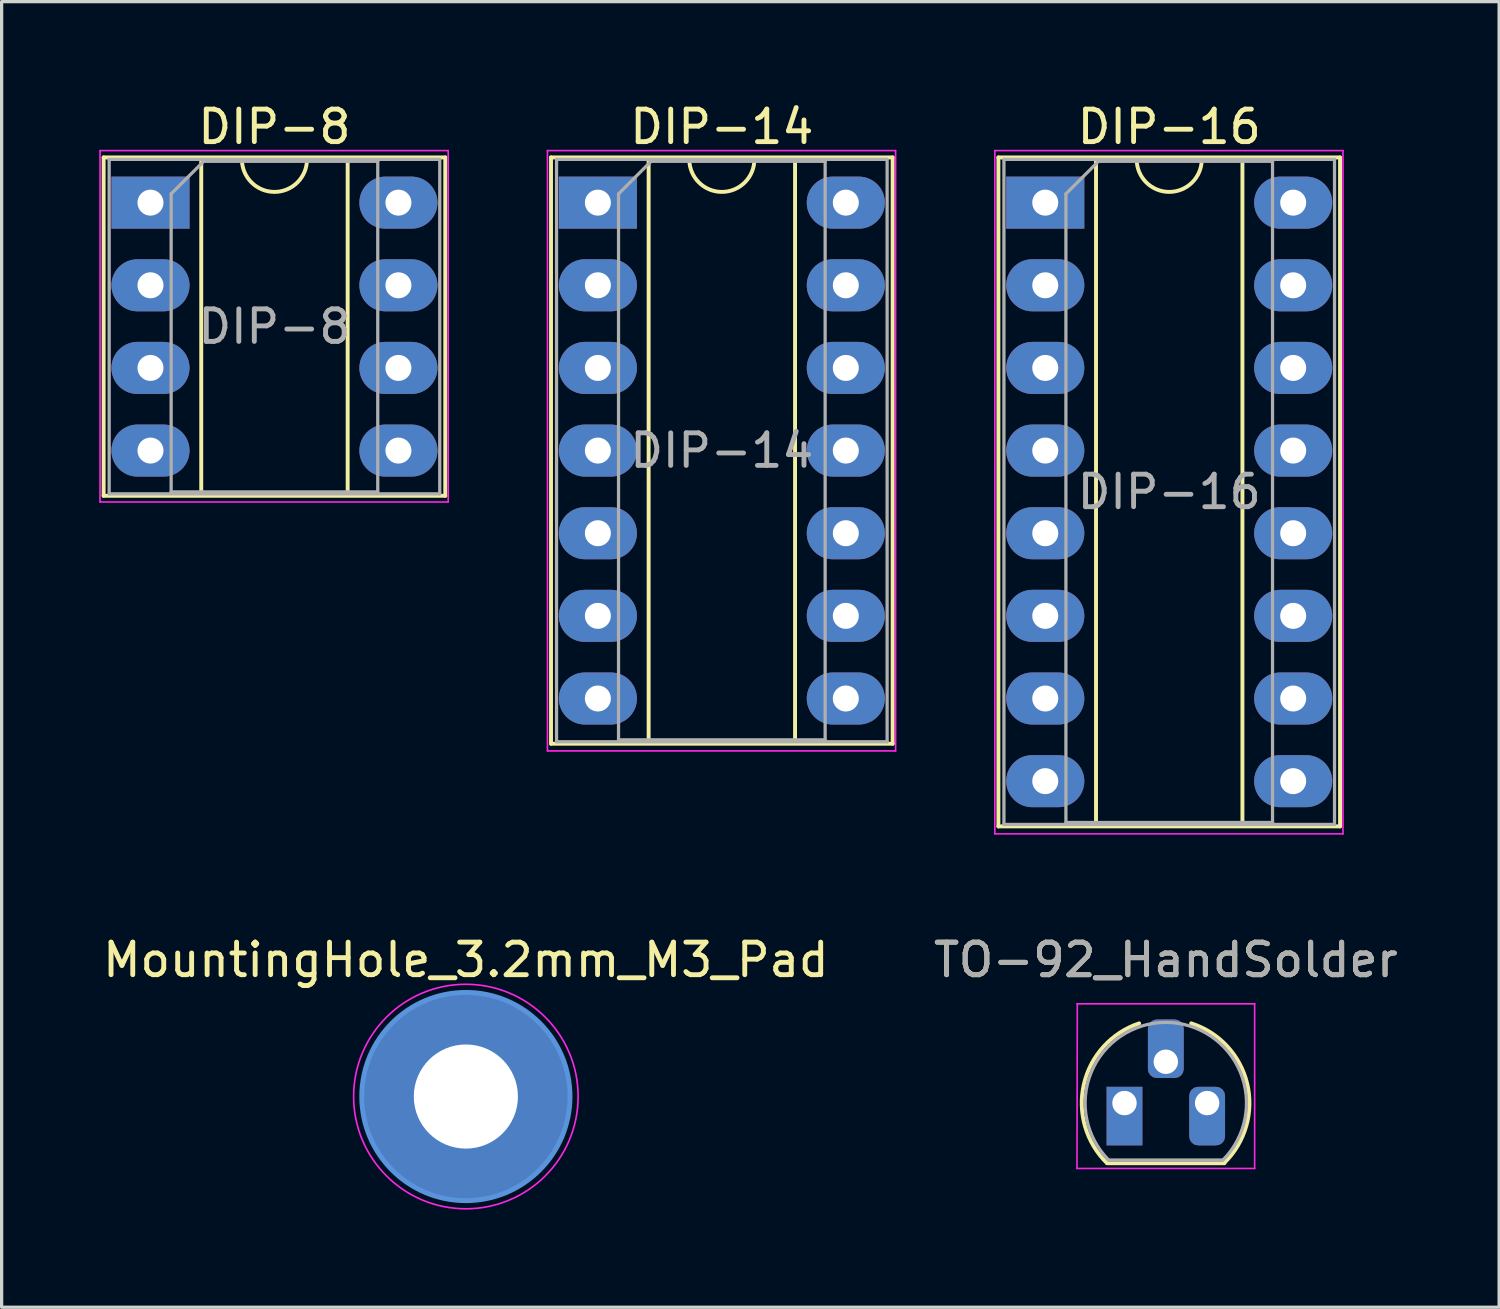
<source format=kicad_pcb>
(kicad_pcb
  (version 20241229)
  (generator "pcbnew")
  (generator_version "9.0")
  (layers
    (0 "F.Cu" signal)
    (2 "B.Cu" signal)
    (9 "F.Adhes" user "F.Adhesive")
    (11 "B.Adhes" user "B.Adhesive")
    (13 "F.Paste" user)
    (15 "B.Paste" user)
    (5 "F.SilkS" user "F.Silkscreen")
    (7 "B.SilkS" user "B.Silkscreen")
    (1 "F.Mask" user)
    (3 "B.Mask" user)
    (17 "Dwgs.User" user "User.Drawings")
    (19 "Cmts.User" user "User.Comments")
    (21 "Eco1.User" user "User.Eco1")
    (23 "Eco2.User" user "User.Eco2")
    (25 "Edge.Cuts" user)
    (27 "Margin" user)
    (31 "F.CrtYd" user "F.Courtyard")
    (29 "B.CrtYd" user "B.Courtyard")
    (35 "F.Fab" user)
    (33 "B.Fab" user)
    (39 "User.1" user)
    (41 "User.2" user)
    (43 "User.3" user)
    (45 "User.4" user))
  (footprint "TO-92_HandSolder"
    (layer "F.Cu")
    (at 31.51 30.852)
    (property "Reference" "TO-92_HandSolder" (at 1.27 -4.4 0) (layer "F.SilkS") (effects (font (size 1 1) (thickness 0.15))))
    (attr through_hole)
    (fp_line (start -0.53 1.85) (end 3.07 1.85) (stroke (width 0.12) (type solid)) (layer "F.SilkS"))
    (fp_arc (start -0.541875 1.841741) (mid -1.247231 -0.581764) (end 0.45 -2.45) (stroke (width 0.12) (type solid)) (layer "F.SilkS"))
    (fp_arc (start 2.05 -2.45) (mid 3.769931 -0.601036) (end 3.078445 1.827684) (stroke (width 0.12) (type solid)) (layer "F.SilkS"))
    (fp_line (start -1.46 -3.05) (end 4 -3.05) (stroke (width 0.05) (type solid)) (layer "F.CrtYd"))
    (fp_line (start -1.45 -3.05) (end -1.46 2.01) (stroke (width 0.05) (type solid)) (layer "F.CrtYd"))
    (fp_line (start 4 2.01) (end -1.46 2.01) (stroke (width 0.05) (type solid)) (layer "F.CrtYd"))
    (fp_line (start 4 2.01) (end 4 -3.05) (stroke (width 0.05) (type solid)) (layer "F.CrtYd"))
    (fp_line (start -0.5 1.75) (end 3 1.75) (stroke (width 0.1) (type solid)) (layer "F.Fab"))
    (fp_arc (start -0.483625 1.753625) (mid -1.021221 -0.949055) (end 1.27 -2.48) (stroke (width 0.1) (type solid)) (layer "F.Fab"))
    (fp_arc (start 1.27 -2.48) (mid 3.561221 -0.949055) (end 3.023625 1.753625) (stroke (width 0.1) (type solid)) (layer "F.Fab"))
    (fp_text user "${REFERENCE}" (at 1.27 -4.4 0) (layer "F.Fab") (effects (font (size 1 1) (thickness 0.15))))
    (pad "1" thru_hole rect (at 0 0) (size 1.1 1.8) (drill 0.75 (offset 0 0.4)) (layers "*.Cu" "*.Mask"))
    (pad "2" thru_hole roundrect (at 1.27 -1.27) (size 1.1 1.8) (drill 0.75 (offset 0 -0.4)) (layers "*.Cu" "*.Mask") (roundrect_rratio 0.25))
    (pad "3" thru_hole roundrect (at 2.54 0) (size 1.1 1.8) (drill 0.75 (offset 0 0.4)) (layers "*.Cu" "*.Mask") (roundrect_rratio 0.25)))
  (footprint "DIP-16"
    (layer "F.Cu")
    (at 29.075 3.178)
    (property "Reference" "DIP-16" (at 3.81 -2.33 0) (layer "F.SilkS") (effects (font (size 1 1) (thickness 0.15))))
    (attr through_hole)
    (fp_line (start -1.44 -1.39) (end -1.44 19.17) (stroke (width 0.12) (type solid)) (layer "F.SilkS"))
    (fp_line (start -1.44 19.17) (end 9.06 19.17) (stroke (width 0.12) (type solid)) (layer "F.SilkS"))
    (fp_line (start 1.56 -1.33) (end 1.56 19.11) (stroke (width 0.12) (type solid)) (layer "F.SilkS"))
    (fp_line (start 1.56 19.11) (end 6.06 19.11) (stroke (width 0.12) (type solid)) (layer "F.SilkS"))
    (fp_line (start 2.81 -1.33) (end 1.56 -1.33) (stroke (width 0.12) (type solid)) (layer "F.SilkS"))
    (fp_line (start 6.06 -1.33) (end 4.81 -1.33) (stroke (width 0.12) (type solid)) (layer "F.SilkS"))
    (fp_line (start 6.06 19.11) (end 6.06 -1.33) (stroke (width 0.12) (type solid)) (layer "F.SilkS"))
    (fp_line (start 9.06 -1.39) (end -1.44 -1.39) (stroke (width 0.12) (type solid)) (layer "F.SilkS"))
    (fp_line (start 9.06 19.17) (end 9.06 -1.39) (stroke (width 0.12) (type solid)) (layer "F.SilkS"))
    (fp_arc (start 4.81 -1.33) (mid 3.81 -0.33) (end 2.81 -1.33) (stroke (width 0.12) (type solid)) (layer "F.SilkS"))
    (fp_line (start -1.55 -1.6) (end -1.55 19.4) (stroke (width 0.05) (type solid)) (layer "F.CrtYd"))
    (fp_line (start -1.55 19.4) (end 9.15 19.4) (stroke (width 0.05) (type solid)) (layer "F.CrtYd"))
    (fp_line (start 9.15 -1.6) (end -1.55 -1.6) (stroke (width 0.05) (type solid)) (layer "F.CrtYd"))
    (fp_line (start 9.15 19.4) (end 9.15 -1.6) (stroke (width 0.05) (type solid)) (layer "F.CrtYd"))
    (fp_line (start -1.27 -1.33) (end -1.27 19.11) (stroke (width 0.1) (type solid)) (layer "F.Fab"))
    (fp_line (start -1.27 19.11) (end 8.89 19.11) (stroke (width 0.1) (type solid)) (layer "F.Fab"))
    (fp_line (start 0.635 -0.27) (end 1.635 -1.27) (stroke (width 0.1) (type solid)) (layer "F.Fab"))
    (fp_line (start 0.635 19.05) (end 0.635 -0.27) (stroke (width 0.1) (type solid)) (layer "F.Fab"))
    (fp_line (start 1.635 -1.27) (end 6.985 -1.27) (stroke (width 0.1) (type solid)) (layer "F.Fab"))
    (fp_line (start 6.985 -1.27) (end 6.985 19.05) (stroke (width 0.1) (type solid)) (layer "F.Fab"))
    (fp_line (start 6.985 19.05) (end 0.635 19.05) (stroke (width 0.1) (type solid)) (layer "F.Fab"))
    (fp_line (start 8.89 -1.33) (end -1.27 -1.33) (stroke (width 0.1) (type solid)) (layer "F.Fab"))
    (fp_line (start 8.89 19.11) (end 8.89 -1.33) (stroke (width 0.1) (type solid)) (layer "F.Fab"))
    (fp_text user "${REFERENCE}" (at 3.81 8.89 0) (layer "F.Fab") (effects (font (size 1 1) (thickness 0.15))))
    (pad "1" thru_hole rect (at 0 0) (size 2.4 1.6) (drill 0.8) (layers "*.Cu" "*.Mask"))
    (pad "2" thru_hole oval (at 0 2.54) (size 2.4 1.6) (drill 0.8) (layers "*.Cu" "*.Mask"))
    (pad "3" thru_hole oval (at 0 5.08) (size 2.4 1.6) (drill 0.8) (layers "*.Cu" "*.Mask"))
    (pad "4" thru_hole oval (at 0 7.62) (size 2.4 1.6) (drill 0.8) (layers "*.Cu" "*.Mask"))
    (pad "5" thru_hole oval (at 0 10.16) (size 2.4 1.6) (drill 0.8) (layers "*.Cu" "*.Mask"))
    (pad "6" thru_hole oval (at 0 12.7) (size 2.4 1.6) (drill 0.8) (layers "*.Cu" "*.Mask"))
    (pad "7" thru_hole oval (at 0 15.24) (size 2.4 1.6) (drill 0.8) (layers "*.Cu" "*.Mask"))
    (pad "8" thru_hole oval (at 0 17.78) (size 2.4 1.6) (drill 0.8) (layers "*.Cu" "*.Mask"))
    (pad "9" thru_hole oval (at 7.62 17.78) (size 2.4 1.6) (drill 0.8) (layers "*.Cu" "*.Mask"))
    (pad "10" thru_hole oval (at 7.62 15.24) (size 2.4 1.6) (drill 0.8) (layers "*.Cu" "*.Mask"))
    (pad "11" thru_hole oval (at 7.62 12.7) (size 2.4 1.6) (drill 0.8) (layers "*.Cu" "*.Mask"))
    (pad "12" thru_hole oval (at 7.62 10.16) (size 2.4 1.6) (drill 0.8) (layers "*.Cu" "*.Mask"))
    (pad "13" thru_hole oval (at 7.62 7.62) (size 2.4 1.6) (drill 0.8) (layers "*.Cu" "*.Mask"))
    (pad "14" thru_hole oval (at 7.62 5.08) (size 2.4 1.6) (drill 0.8) (layers "*.Cu" "*.Mask"))
    (pad "15" thru_hole oval (at 7.62 2.54) (size 2.4 1.6) (drill 0.8) (layers "*.Cu" "*.Mask"))
    (pad "16" thru_hole oval (at 7.62 0) (size 2.4 1.6) (drill 0.8) (layers "*.Cu" "*.Mask")))
  (footprint "DIP-14"
    (layer "F.Cu")
    (at 15.325 3.178)
    (property "Reference" "DIP-14" (at 3.81 -2.33 0) (layer "F.SilkS") (effects (font (size 1 1) (thickness 0.15))))
    (attr through_hole)
    (fp_line (start -1.44 -1.39) (end -1.44 16.63) (stroke (width 0.12) (type solid)) (layer "F.SilkS"))
    (fp_line (start -1.44 16.63) (end 9.06 16.63) (stroke (width 0.12) (type solid)) (layer "F.SilkS"))
    (fp_line (start 1.56 -1.33) (end 1.56 16.57) (stroke (width 0.12) (type solid)) (layer "F.SilkS"))
    (fp_line (start 1.56 16.57) (end 6.06 16.57) (stroke (width 0.12) (type solid)) (layer "F.SilkS"))
    (fp_line (start 2.81 -1.33) (end 1.56 -1.33) (stroke (width 0.12) (type solid)) (layer "F.SilkS"))
    (fp_line (start 6.06 -1.33) (end 4.81 -1.33) (stroke (width 0.12) (type solid)) (layer "F.SilkS"))
    (fp_line (start 6.06 16.57) (end 6.06 -1.33) (stroke (width 0.12) (type solid)) (layer "F.SilkS"))
    (fp_line (start 9.06 -1.39) (end -1.44 -1.39) (stroke (width 0.12) (type solid)) (layer "F.SilkS"))
    (fp_line (start 9.06 16.63) (end 9.06 -1.39) (stroke (width 0.12) (type solid)) (layer "F.SilkS"))
    (fp_arc (start 4.81 -1.33) (mid 3.81 -0.33) (end 2.81 -1.33) (stroke (width 0.12) (type solid)) (layer "F.SilkS"))
    (fp_line (start -1.55 -1.6) (end -1.55 16.85) (stroke (width 0.05) (type solid)) (layer "F.CrtYd"))
    (fp_line (start -1.55 16.85) (end 9.15 16.85) (stroke (width 0.05) (type solid)) (layer "F.CrtYd"))
    (fp_line (start 9.15 -1.6) (end -1.55 -1.6) (stroke (width 0.05) (type solid)) (layer "F.CrtYd"))
    (fp_line (start 9.15 16.85) (end 9.15 -1.6) (stroke (width 0.05) (type solid)) (layer "F.CrtYd"))
    (fp_line (start -1.27 -1.33) (end -1.27 16.57) (stroke (width 0.1) (type solid)) (layer "F.Fab"))
    (fp_line (start -1.27 16.57) (end 8.89 16.57) (stroke (width 0.1) (type solid)) (layer "F.Fab"))
    (fp_line (start 0.635 -0.27) (end 1.635 -1.27) (stroke (width 0.1) (type solid)) (layer "F.Fab"))
    (fp_line (start 0.635 16.51) (end 0.635 -0.27) (stroke (width 0.1) (type solid)) (layer "F.Fab"))
    (fp_line (start 1.635 -1.27) (end 6.985 -1.27) (stroke (width 0.1) (type solid)) (layer "F.Fab"))
    (fp_line (start 6.985 -1.27) (end 6.985 16.51) (stroke (width 0.1) (type solid)) (layer "F.Fab"))
    (fp_line (start 6.985 16.51) (end 0.635 16.51) (stroke (width 0.1) (type solid)) (layer "F.Fab"))
    (fp_line (start 8.89 -1.33) (end -1.27 -1.33) (stroke (width 0.1) (type solid)) (layer "F.Fab"))
    (fp_line (start 8.89 16.57) (end 8.89 -1.33) (stroke (width 0.1) (type solid)) (layer "F.Fab"))
    (fp_text user "${REFERENCE}" (at 3.81 7.62 0) (layer "F.Fab") (effects (font (size 1 1) (thickness 0.15))))
    (pad "1" thru_hole rect (at 0 0) (size 2.4 1.6) (drill 0.8) (layers "*.Cu" "*.Mask"))
    (pad "2" thru_hole oval (at 0 2.54) (size 2.4 1.6) (drill 0.8) (layers "*.Cu" "*.Mask"))
    (pad "3" thru_hole oval (at 0 5.08) (size 2.4 1.6) (drill 0.8) (layers "*.Cu" "*.Mask"))
    (pad "4" thru_hole oval (at 0 7.62) (size 2.4 1.6) (drill 0.8) (layers "*.Cu" "*.Mask"))
    (pad "5" thru_hole oval (at 0 10.16) (size 2.4 1.6) (drill 0.8) (layers "*.Cu" "*.Mask"))
    (pad "6" thru_hole oval (at 0 12.7) (size 2.4 1.6) (drill 0.8) (layers "*.Cu" "*.Mask"))
    (pad "7" thru_hole oval (at 0 15.24) (size 2.4 1.6) (drill 0.8) (layers "*.Cu" "*.Mask"))
    (pad "8" thru_hole oval (at 7.62 15.24) (size 2.4 1.6) (drill 0.8) (layers "*.Cu" "*.Mask"))
    (pad "9" thru_hole oval (at 7.62 12.7) (size 2.4 1.6) (drill 0.8) (layers "*.Cu" "*.Mask"))
    (pad "10" thru_hole oval (at 7.62 10.16) (size 2.4 1.6) (drill 0.8) (layers "*.Cu" "*.Mask"))
    (pad "11" thru_hole oval (at 7.62 7.62) (size 2.4 1.6) (drill 0.8) (layers "*.Cu" "*.Mask"))
    (pad "12" thru_hole oval (at 7.62 5.08) (size 2.4 1.6) (drill 0.8) (layers "*.Cu" "*.Mask"))
    (pad "13" thru_hole oval (at 7.62 2.54) (size 2.4 1.6) (drill 0.8) (layers "*.Cu" "*.Mask"))
    (pad "14" thru_hole oval (at 7.62 0) (size 2.4 1.6) (drill 0.8) (layers "*.Cu" "*.Mask")))
  (footprint "MountingHole_3.2mm_M3_Pad"
    (layer "F.Cu")
    (at 11.268 30.651)
    (property "Reference" "MountingHole_3.2mm_M3_Pad" (at 0 -4.2 0) (layer "F.SilkS") (effects (font (size 1 1) (thickness 0.15))))
    (attr exclude_from_pos_files exclude_from_bom)
    (fp_circle (center 0 0) (end 3.2 0) (stroke (width 0.15) (type solid)) (fill no) (layer "Cmts.User"))
    (fp_circle (center 0 0) (end 3.45 0) (stroke (width 0.05) (type solid)) (fill no) (layer "F.CrtYd"))
    (pad "1" thru_hole circle (at 0 0) (size 6.4 6.4) (drill 3.2) (layers "*.Cu" "*.Mask")))
  (footprint "DIP-8"
    (layer "F.Cu")
    (at 1.575 3.178)
    (property "Reference" "DIP-8" (at 3.81 -2.33 0) (layer "F.SilkS") (effects (font (size 1 1) (thickness 0.15))))
    (attr through_hole)
    (fp_line (start -1.44 -1.39) (end -1.44 9.01) (stroke (width 0.12) (type solid)) (layer "F.SilkS"))
    (fp_line (start -1.44 9.01) (end 9.06 9.01) (stroke (width 0.12) (type solid)) (layer "F.SilkS"))
    (fp_line (start 1.56 -1.33) (end 1.56 8.95) (stroke (width 0.12) (type solid)) (layer "F.SilkS"))
    (fp_line (start 1.56 8.95) (end 6.06 8.95) (stroke (width 0.12) (type solid)) (layer "F.SilkS"))
    (fp_line (start 2.81 -1.33) (end 1.56 -1.33) (stroke (width 0.12) (type solid)) (layer "F.SilkS"))
    (fp_line (start 6.06 -1.33) (end 4.81 -1.33) (stroke (width 0.12) (type solid)) (layer "F.SilkS"))
    (fp_line (start 6.06 8.95) (end 6.06 -1.33) (stroke (width 0.12) (type solid)) (layer "F.SilkS"))
    (fp_line (start 9.06 -1.39) (end -1.44 -1.39) (stroke (width 0.12) (type solid)) (layer "F.SilkS"))
    (fp_line (start 9.06 9.01) (end 9.06 -1.39) (stroke (width 0.12) (type solid)) (layer "F.SilkS"))
    (fp_arc (start 4.81 -1.33) (mid 3.81 -0.33) (end 2.81 -1.33) (stroke (width 0.12) (type solid)) (layer "F.SilkS"))
    (fp_line (start -1.55 -1.6) (end -1.55 9.2) (stroke (width 0.05) (type solid)) (layer "F.CrtYd"))
    (fp_line (start -1.55 9.2) (end 9.15 9.2) (stroke (width 0.05) (type solid)) (layer "F.CrtYd"))
    (fp_line (start 9.15 -1.6) (end -1.55 -1.6) (stroke (width 0.05) (type solid)) (layer "F.CrtYd"))
    (fp_line (start 9.15 9.2) (end 9.15 -1.6) (stroke (width 0.05) (type solid)) (layer "F.CrtYd"))
    (fp_line (start -1.27 -1.33) (end -1.27 8.95) (stroke (width 0.1) (type solid)) (layer "F.Fab"))
    (fp_line (start -1.27 8.95) (end 8.89 8.95) (stroke (width 0.1) (type solid)) (layer "F.Fab"))
    (fp_line (start 0.635 -0.27) (end 1.635 -1.27) (stroke (width 0.1) (type solid)) (layer "F.Fab"))
    (fp_line (start 0.635 8.89) (end 0.635 -0.27) (stroke (width 0.1) (type solid)) (layer "F.Fab"))
    (fp_line (start 1.635 -1.27) (end 6.985 -1.27) (stroke (width 0.1) (type solid)) (layer "F.Fab"))
    (fp_line (start 6.985 -1.27) (end 6.985 8.89) (stroke (width 0.1) (type solid)) (layer "F.Fab"))
    (fp_line (start 6.985 8.89) (end 0.635 8.89) (stroke (width 0.1) (type solid)) (layer "F.Fab"))
    (fp_line (start 8.89 -1.33) (end -1.27 -1.33) (stroke (width 0.1) (type solid)) (layer "F.Fab"))
    (fp_line (start 8.89 8.95) (end 8.89 -1.33) (stroke (width 0.1) (type solid)) (layer "F.Fab"))
    (fp_text user "${REFERENCE}" (at 3.81 3.81 0) (layer "F.Fab") (effects (font (size 1 1) (thickness 0.15))))
    (pad "1" thru_hole rect (at 0 0) (size 2.4 1.6) (drill 0.8) (layers "*.Cu" "*.Mask"))
    (pad "2" thru_hole oval (at 0 2.54) (size 2.4 1.6) (drill 0.8) (layers "*.Cu" "*.Mask"))
    (pad "3" thru_hole oval (at 0 5.08) (size 2.4 1.6) (drill 0.8) (layers "*.Cu" "*.Mask"))
    (pad "4" thru_hole oval (at 0 7.62) (size 2.4 1.6) (drill 0.8) (layers "*.Cu" "*.Mask"))
    (pad "5" thru_hole oval (at 7.62 7.62) (size 2.4 1.6) (drill 0.8) (layers "*.Cu" "*.Mask"))
    (pad "6" thru_hole oval (at 7.62 5.08) (size 2.4 1.6) (drill 0.8) (layers "*.Cu" "*.Mask"))
    (pad "7" thru_hole oval (at 7.62 2.54) (size 2.4 1.6) (drill 0.8) (layers "*.Cu" "*.Mask"))
    (pad "8" thru_hole oval (at 7.62 0) (size 2.4 1.6) (drill 0.8) (layers "*.Cu" "*.Mask")))
  (gr_rect
    (start -3 -3)
    (end 43.024 37.127)
    (stroke (width 0.1) (type default))
    (fill no)
    (layer "Edge.Cuts")))
</source>
